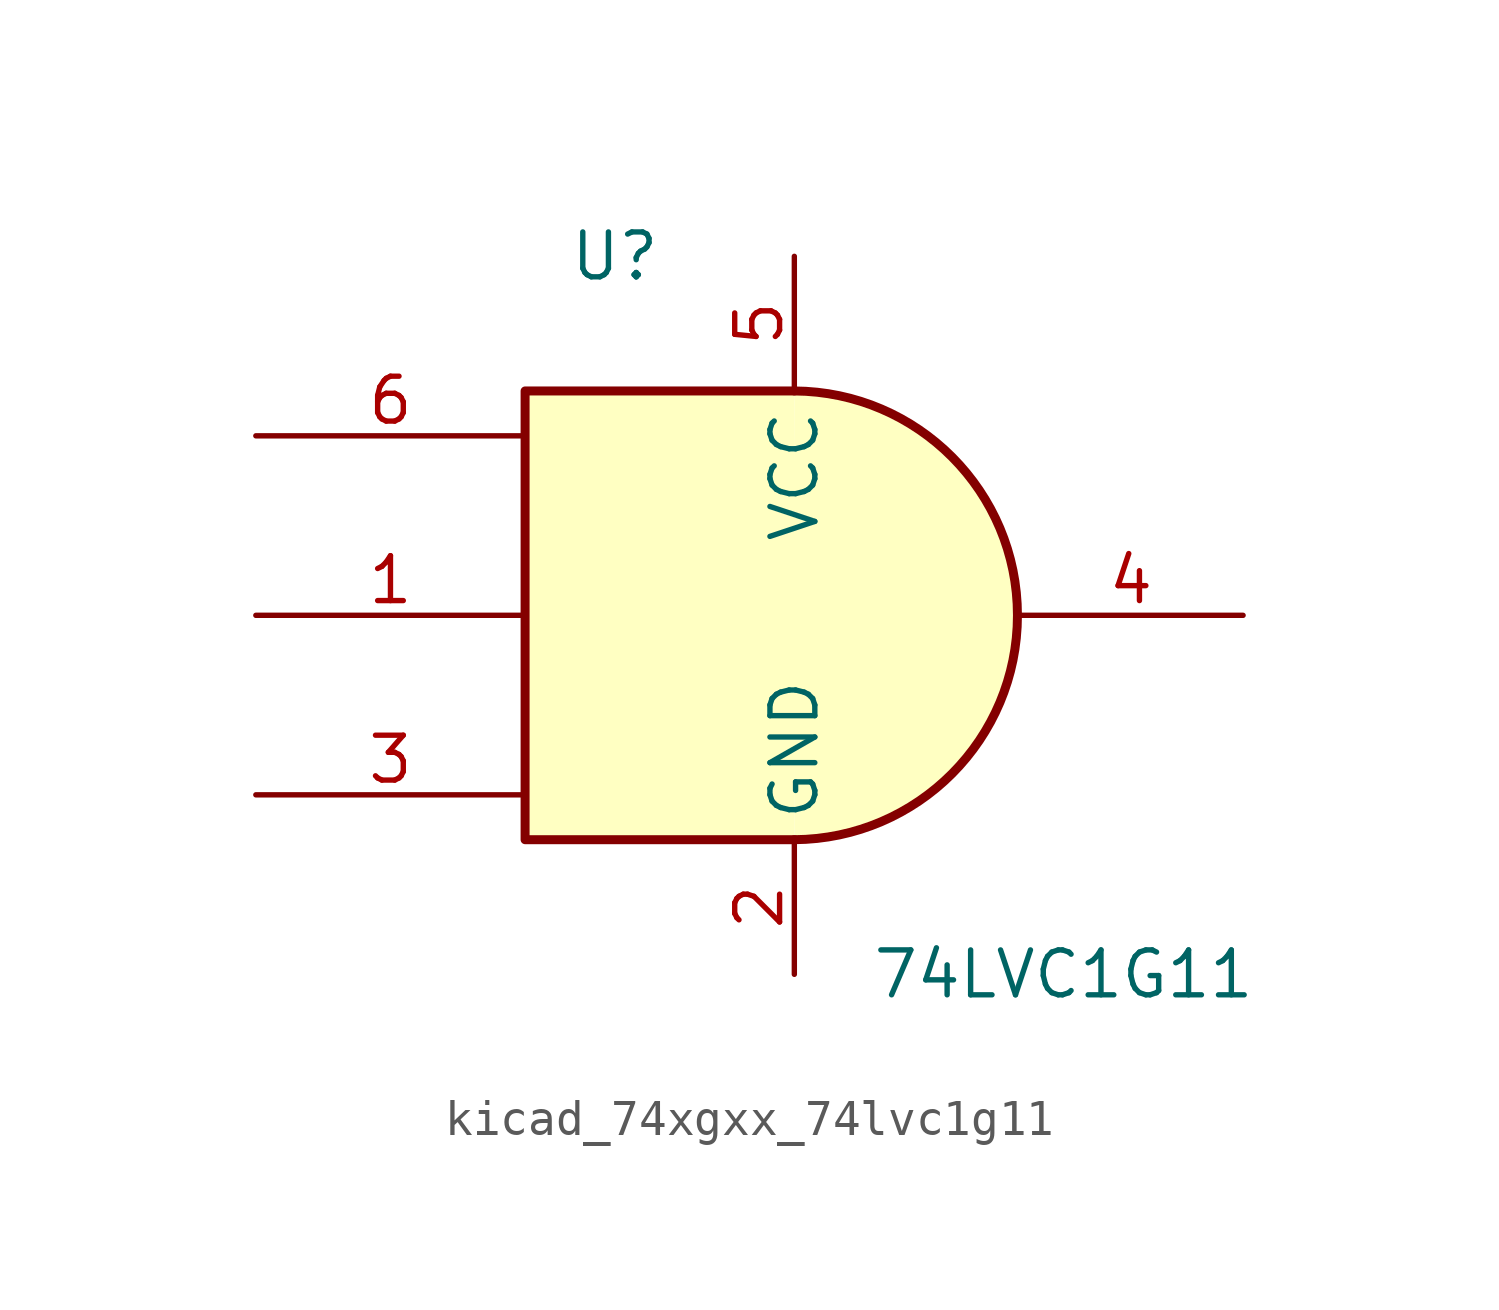
<source format=kicad_sym>
(kicad_symbol_lib
  (version 20220914)
  (generator kicad_symbol_editor)
  (symbol "kicad_74xgxx_74lvc1g11"
    (property "Reference" "U"
      (at -5.08 10.16 0)
      (effects (font (size 1.27 1.27))))
    (property "Value" "74LVC1G11"
      (at 7.62 -10.16 0)
      (effects (font (size 1.27 1.27))))
    (symbol "kicad_74xgxx_74lvc1g11_0_1"
      (arc (start 0 -6.35) (mid 6.3224 0) (end 0 6.35) (stroke (width 0.254) (type default)) (fill (type background)))
      (polyline (pts (xy 0 -6.35) (xy -7.62 -6.35) (xy -7.62 6.35) (xy 0 6.35)) (stroke (width 0.254) (type default)) (fill (type background))))
    (symbol "kicad_74xgxx_74lvc1g11_1_1"
      (pin input line (at -15.24 0 0) (length 7.62) (name "~" (effects (font (size 1.27 1.27)))) (number "1" (effects (font (size 1.27 1.27)))))
      (pin power_in line (at 0 -10.16 90) (length 3.81) (name "GND" (effects (font (size 1.27 1.27)))) (number "2" (effects (font (size 1.27 1.27)))))
      (pin input line (at -15.24 -5.08 0) (length 7.62) (name "~" (effects (font (size 1.27 1.27)))) (number "3" (effects (font (size 1.27 1.27)))))
      (pin output line (at 12.7 0 180) (length 6.35) (name "~" (effects (font (size 1.27 1.27)))) (number "4" (effects (font (size 1.27 1.27)))))
      (pin power_in line (at 0 10.16 270) (length 3.81) (name "VCC" (effects (font (size 1.27 1.27)))) (number "5" (effects (font (size 1.27 1.27)))))
      (pin input line (at -15.24 5.08 0) (length 7.62) (name "~" (effects (font (size 1.27 1.27)))) (number "6" (effects (font (size 1.27 1.27))))))))
</source>
